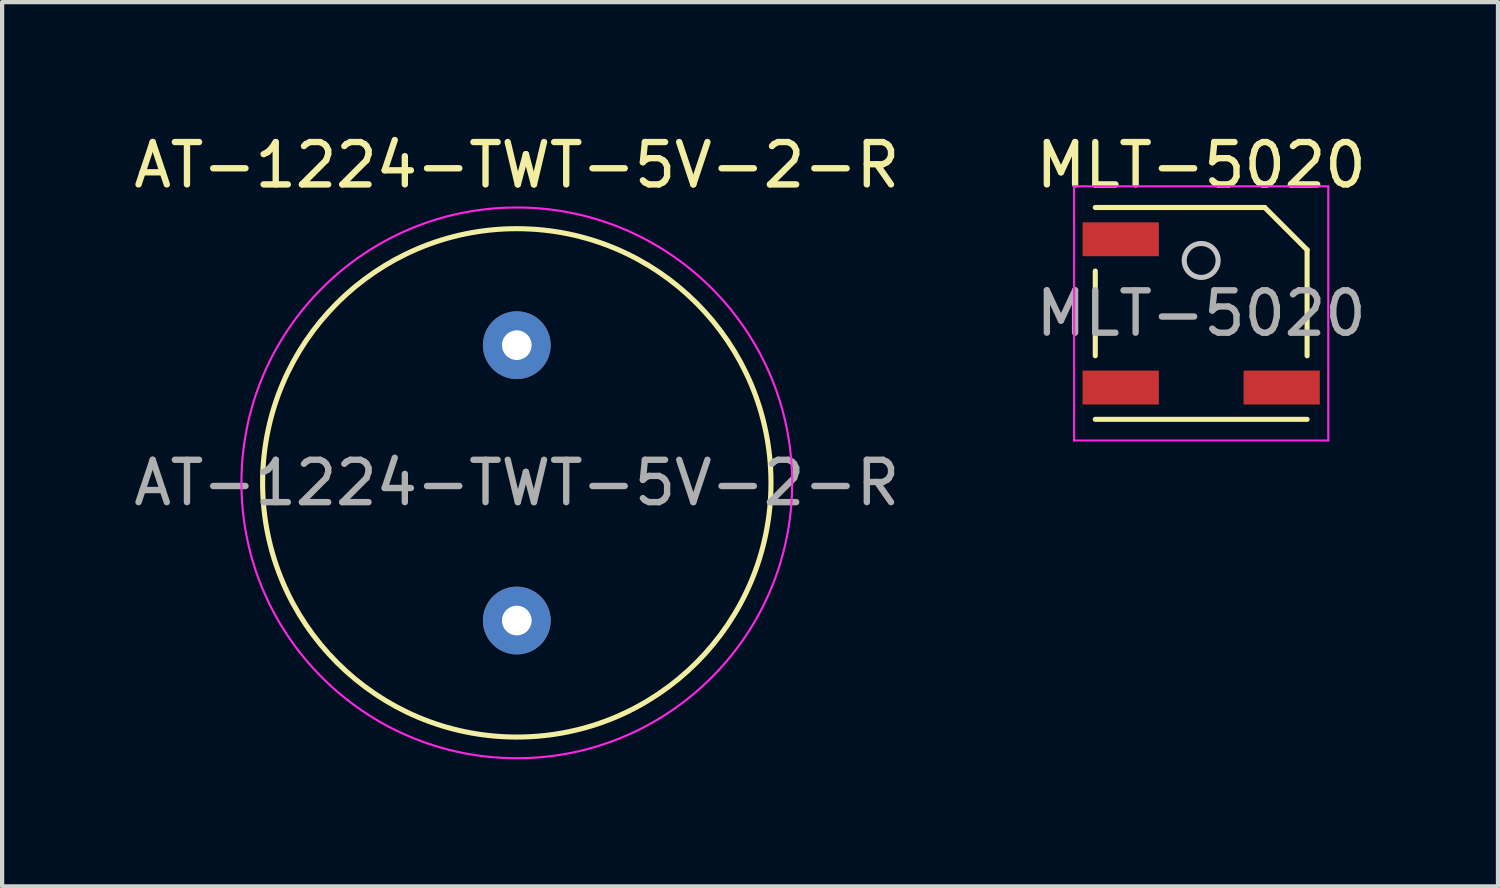
<source format=kicad_pcb>
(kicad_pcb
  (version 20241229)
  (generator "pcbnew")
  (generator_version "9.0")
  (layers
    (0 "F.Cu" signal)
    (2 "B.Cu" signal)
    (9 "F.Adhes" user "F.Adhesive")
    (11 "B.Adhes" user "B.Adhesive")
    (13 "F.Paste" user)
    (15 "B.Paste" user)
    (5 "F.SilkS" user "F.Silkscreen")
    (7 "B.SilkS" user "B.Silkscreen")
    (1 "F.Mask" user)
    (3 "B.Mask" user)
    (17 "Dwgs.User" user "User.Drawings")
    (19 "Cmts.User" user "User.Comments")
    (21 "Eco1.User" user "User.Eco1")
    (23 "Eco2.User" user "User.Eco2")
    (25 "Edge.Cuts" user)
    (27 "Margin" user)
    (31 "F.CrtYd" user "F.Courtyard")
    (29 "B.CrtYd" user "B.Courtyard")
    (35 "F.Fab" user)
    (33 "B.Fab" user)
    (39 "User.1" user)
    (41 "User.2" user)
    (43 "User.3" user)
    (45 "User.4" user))
  (footprint "MLT-5020"
    (layer "F.Cu")
    (at 25.304 4.348)
    (property "Reference" "MLT-5020" (at 0 -3.5 0) (unlocked yes) (layer "F.SilkS") (effects (font (size 1 1) (thickness 0.15))))
    (attr smd)
    (fp_line (start -2.5 -2.5) (end 1.5 -2.5) (stroke (width 0.12) (type default)) (layer "F.SilkS"))
    (fp_line (start -2.5 1) (end -2.5 -1) (stroke (width 0.12) (type default)) (layer "F.SilkS"))
    (fp_line (start 1.5 -2.5) (end 2.5 -1.5) (stroke (width 0.12) (type default)) (layer "F.SilkS"))
    (fp_line (start 2.5 -1.5) (end 2.5 1) (stroke (width 0.12) (type default)) (layer "F.SilkS"))
    (fp_line (start 2.5 2.5) (end -2.5 2.5) (stroke (width 0.12) (type default)) (layer "F.SilkS"))
    (fp_circle (center 0 -1.25) (end 0.4 -1.25) (stroke (width 0.12) (type default)) (fill no) (layer "Dwgs.User"))
    (fp_line (start -3 -3) (end 3 -3) (stroke (width 0.05) (type default)) (layer "F.CrtYd"))
    (fp_line (start -3 3) (end -3 -3) (stroke (width 0.05) (type default)) (layer "F.CrtYd"))
    (fp_line (start 3 -3) (end 3 3) (stroke (width 0.05) (type default)) (layer "F.CrtYd"))
    (fp_line (start 3 3) (end -3 3) (stroke (width 0.05) (type default)) (layer "F.CrtYd"))
    (fp_text user "${REFERENCE}" (at 0 0 0) (unlocked yes) (layer "F.Fab") (effects (font (size 1 1) (thickness 0.15))))
    (pad "" smd rect (at -1.9 -1.75 180) (size 1.8 0.8) (layers "F.Cu" "F.Mask" "F.Paste"))
    (pad "1" smd rect (at -1.9 1.75) (size 1.8 0.8) (layers "F.Cu" "F.Mask" "F.Paste"))
    (pad "2" smd rect (at 1.9 1.75) (size 1.8 0.8) (layers "F.Cu" "F.Mask" "F.Paste")))
  (footprint "AT-1224-TWT-5V-2-R"
    (layer "F.Cu")
    (at 9.149 8.348)
    (property "Reference" "AT-1224-TWT-5V-2-R" (at 0 -7.5 0) (layer "F.SilkS") (effects (font (size 1 1) (thickness 0.15))))
    (attr through_hole)
    (fp_circle (center 0 0) (end 6 0) (stroke (width 0.12) (type solid)) (fill no) (layer "F.SilkS"))
    (fp_circle (center 0 0) (end 6.5 0) (stroke (width 0.05) (type solid)) (fill no) (layer "F.CrtYd"))
    (fp_text user "${REFERENCE}" (at 0 0 0) (layer "F.Fab") (effects (font (size 1 1) (thickness 0.15))))
    (pad "1" thru_hole circle (at 0 -3.25) (size 1.6 1.6) (drill 0.7) (layers "*.Cu" "*.Mask"))
    (pad "2" thru_hole circle (at 0 3.25) (size 1.6 1.6) (drill 0.7) (layers "*.Cu" "*.Mask")))
  (gr_rect
    (start -3 -3)
    (end 32.31 17.873)
    (stroke (width 0.1) (type default))
    (fill no)
    (layer "Edge.Cuts")))
</source>
